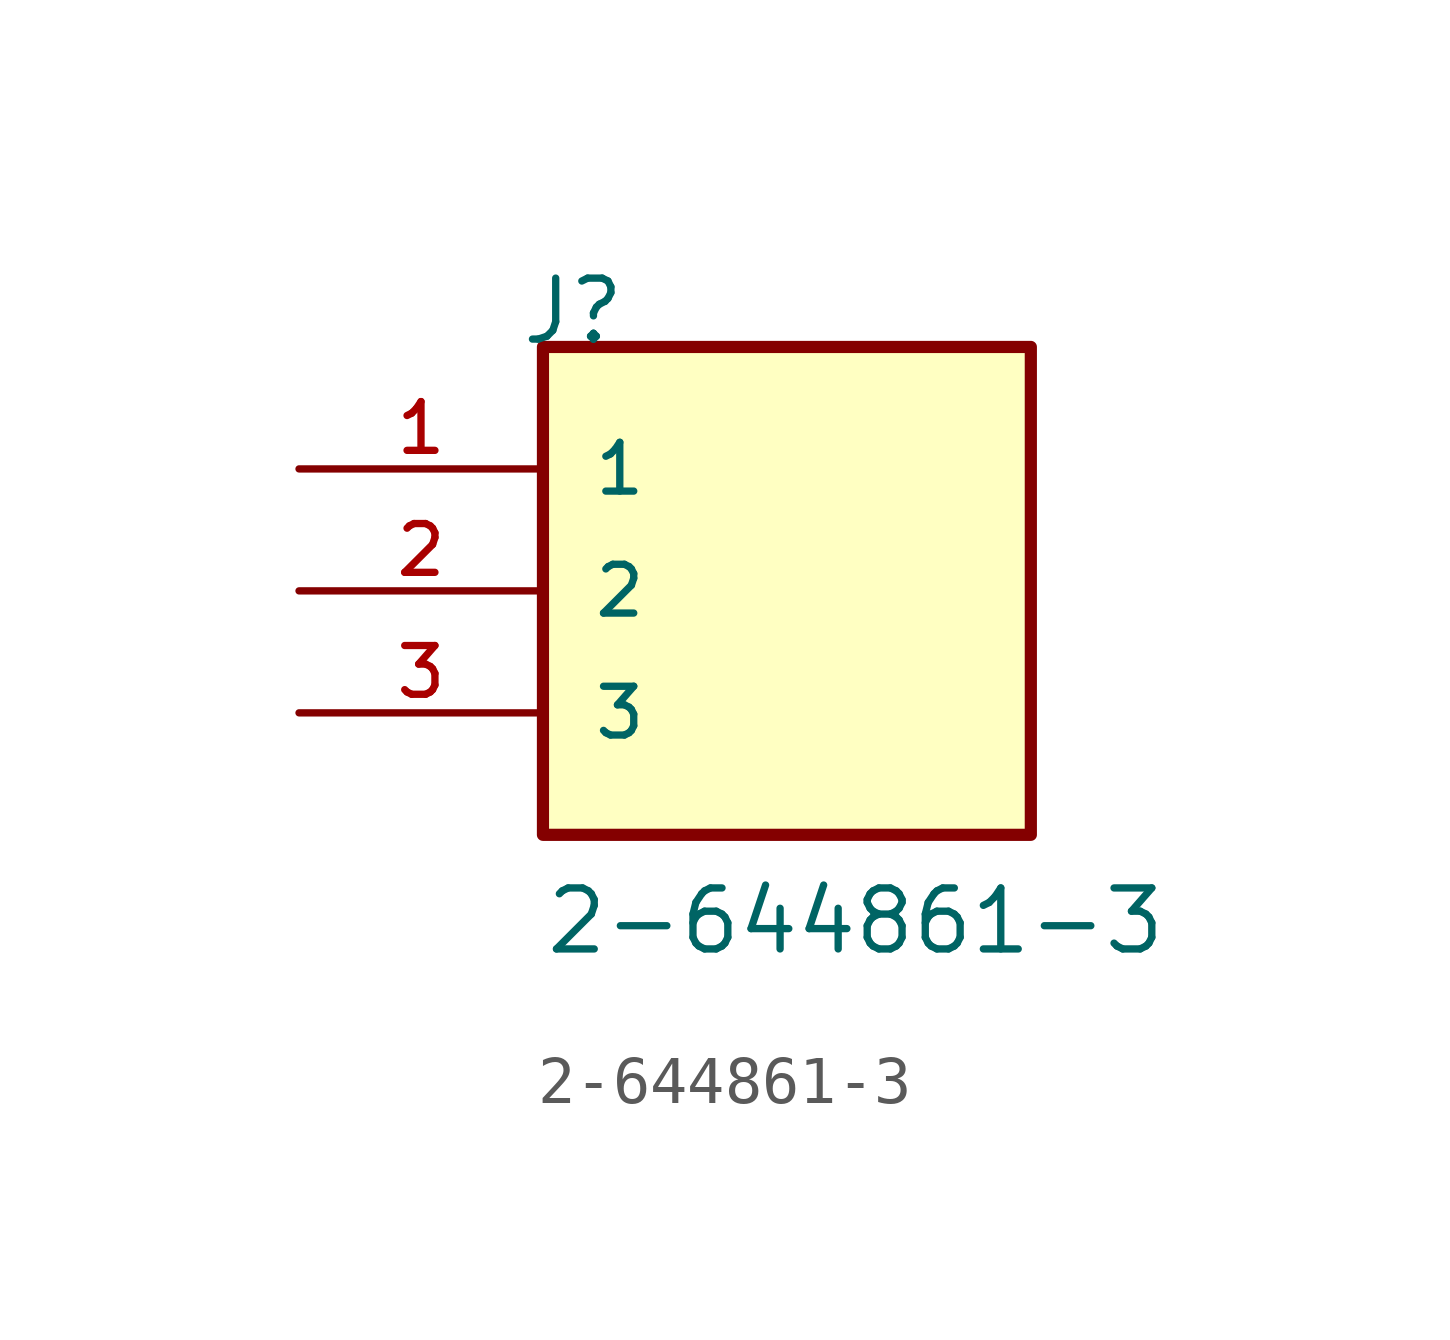
<source format=kicad_sym>
(kicad_symbol_lib
  (version 20211014)
  (generator kicad_symbol_editor)
  (symbol "2-644861-3"
    (pin_names
      (offset 1.016))
    (property "Reference" "J"
      (at -5.58 5.08 0)
      (effects (font (size 1.27 1.27)) (justify bottom left)))
    (property "Value" "2-644861-3"
      (at -5.08 -7.62 0)
      (effects (font (size 1.27 1.27)) (justify bottom left)))
    (symbol "2-644861-3_0_0"
      (rectangle (start -5.08 -5.08) (end 5.08 5.08) (stroke (width 0.254)) (fill (type background)))
      (pin passive line (at -10.16 2.54 0) (length 5.08) (name "1" (effects (font (size 1.016 1.016)))) (number "1" (effects (font (size 1.016 1.016)))))
      (pin passive line (at -10.16 0.0 0) (length 5.08) (name "2" (effects (font (size 1.016 1.016)))) (number "2" (effects (font (size 1.016 1.016)))))
      (pin passive line (at -10.16 -2.54 0) (length 5.08) (name "3" (effects (font (size 1.016 1.016)))) (number "3" (effects (font (size 1.016 1.016))))))))
</source>
